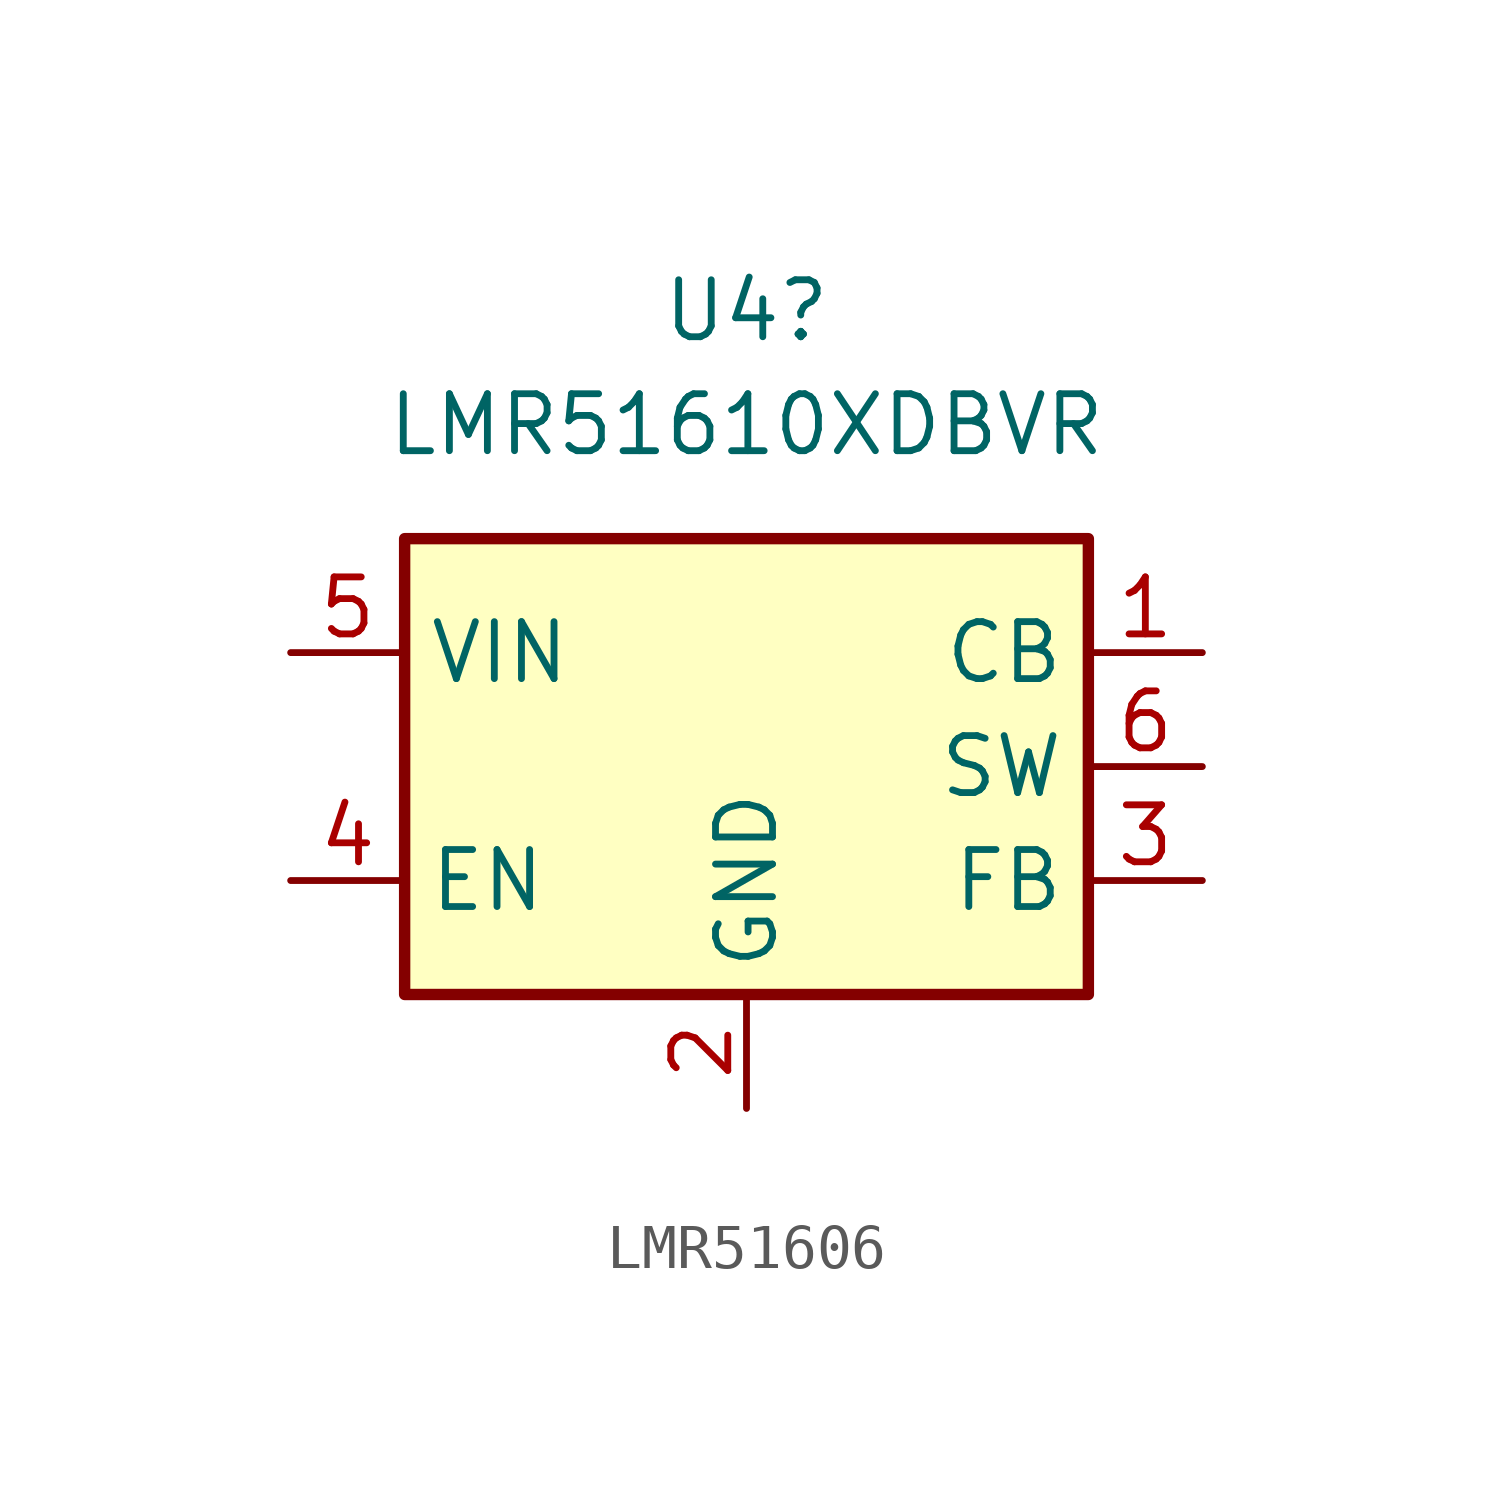
<source format=kicad_sym>
(kicad_symbol_lib
  (version 20220914)
  (generator kicad_symbol_editor)
  (symbol "LMR51606"
    (property "Reference" "U4"
      (at 0 10.16 0)
      (effects (font (size 1.27 1.27))))
    (property "Value" "LMR51610XDBVR"
      (at 0 7.62 0)
      (effects (font (size 1.27 1.27))))
    (symbol "LMR51606_0_1"
      (rectangle (start -7.62 5.08) (end 7.62 -5.08) (stroke (width 0.254) (type default)) (fill (type background))))
    (symbol "LMR51606_1_1"
      (pin passive line (at 10.16 2.54 180) (length 2.54) (name "CB" (effects (font (size 1.27 1.27)))) (number "1" (effects (font (size 1.27 1.27)))))
      (pin power_in line (at 0 -7.62 90) (length 2.54) (name "GND" (effects (font (size 1.27 1.27)))) (number "2" (effects (font (size 1.27 1.27)))))
      (pin input line (at 10.16 -2.54 180) (length 2.54) (name "FB" (effects (font (size 1.27 1.27)))) (number "3" (effects (font (size 1.27 1.27)))))
      (pin input line (at -10.16 -2.54 0) (length 2.54) (name "EN" (effects (font (size 1.27 1.27)))) (number "4" (effects (font (size 1.27 1.27)))))
      (pin power_in line (at -10.16 2.54 0) (length 2.54) (name "VIN" (effects (font (size 1.27 1.27)))) (number "5" (effects (font (size 1.27 1.27)))))
      (pin power_out line (at 10.16 0 180) (length 2.54) (name "SW" (effects (font (size 1.27 1.27)))) (number "6" (effects (font (size 1.27 1.27))))))))
</source>
